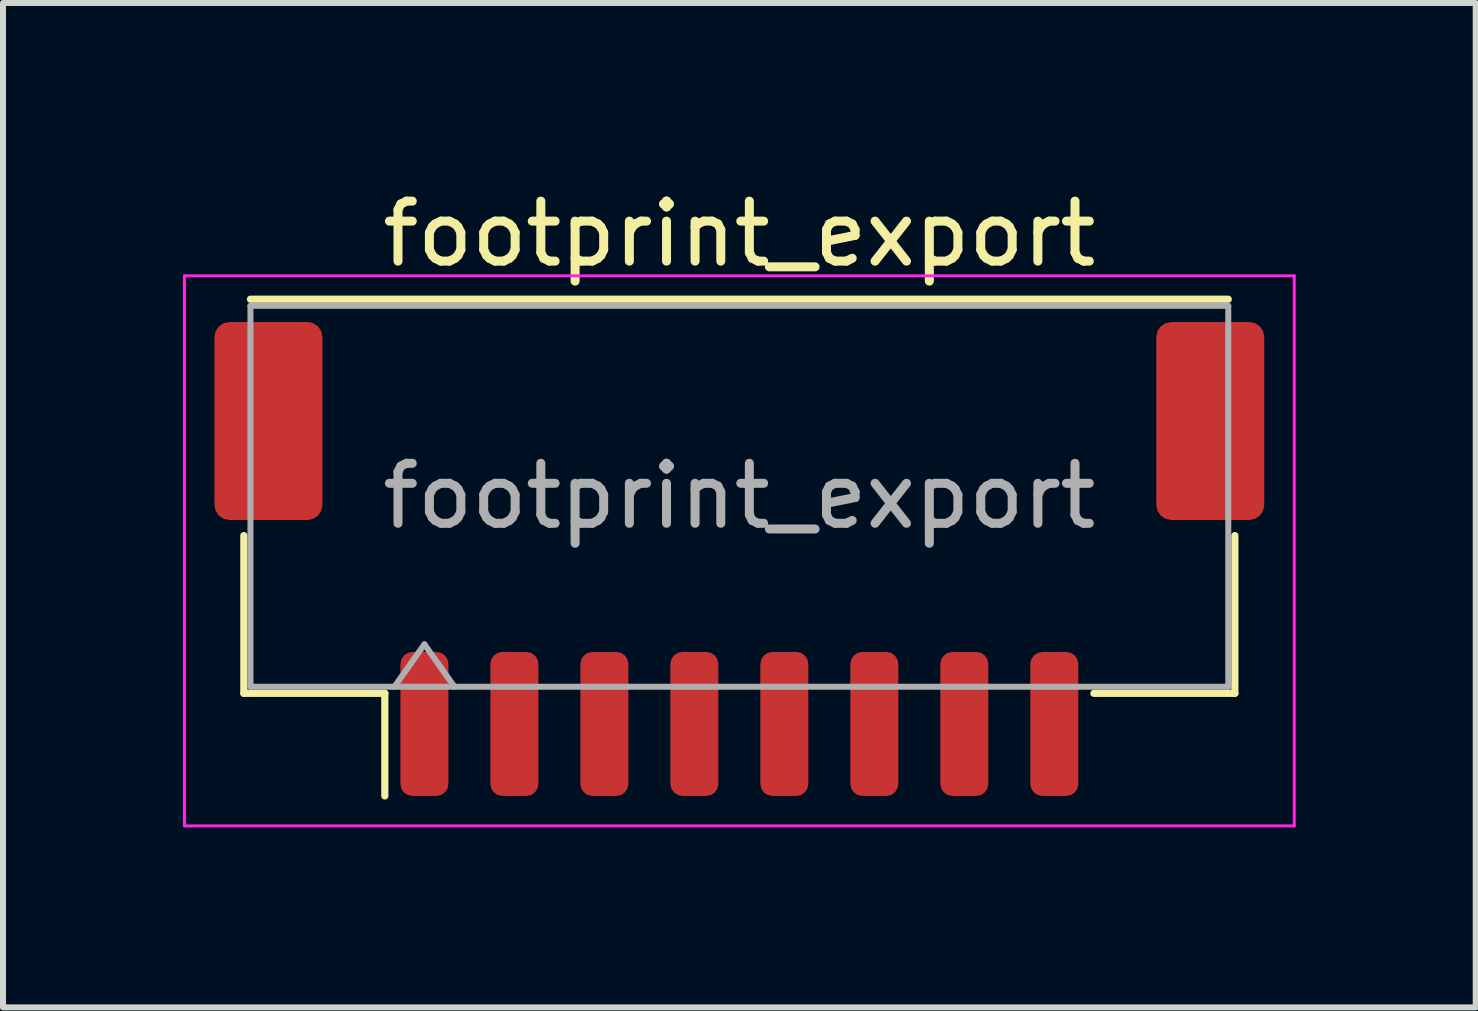
<source format=kicad_pcb>
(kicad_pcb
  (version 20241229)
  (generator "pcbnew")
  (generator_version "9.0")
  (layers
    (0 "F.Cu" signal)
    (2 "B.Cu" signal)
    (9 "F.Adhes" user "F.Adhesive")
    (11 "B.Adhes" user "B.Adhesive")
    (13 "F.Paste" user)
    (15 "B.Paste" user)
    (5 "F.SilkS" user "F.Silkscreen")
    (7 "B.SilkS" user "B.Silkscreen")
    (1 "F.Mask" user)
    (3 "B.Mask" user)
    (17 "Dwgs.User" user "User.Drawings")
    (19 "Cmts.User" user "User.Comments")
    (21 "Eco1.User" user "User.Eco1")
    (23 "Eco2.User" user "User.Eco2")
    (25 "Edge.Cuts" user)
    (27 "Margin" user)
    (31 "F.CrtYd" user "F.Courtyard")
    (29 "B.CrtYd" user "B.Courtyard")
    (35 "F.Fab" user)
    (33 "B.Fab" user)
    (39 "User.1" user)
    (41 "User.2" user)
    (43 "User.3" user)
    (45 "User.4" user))
  (footprint "footprint_export"
    (layer "F.Cu")
    (at 9.275 6.268)
    (property "Reference" "footprint_export" (at 0 -5.42 0) (layer "F.SilkS") (effects (font (size 1 1) (thickness 0.15))))
    (attr smd)
    (fp_line (start -8.26 -0.39) (end -8.26 2.24) (stroke (width 0.12) (type solid)) (layer "F.SilkS"))
    (fp_line (start -8.26 2.24) (end -5.91 2.24) (stroke (width 0.12) (type solid)) (layer "F.SilkS"))
    (fp_line (start -8.15 -4.33) (end 8.15 -4.33) (stroke (width 0.12) (type solid)) (layer "F.SilkS"))
    (fp_line (start -5.91 2.24) (end -5.91 3.95) (stroke (width 0.12) (type solid)) (layer "F.SilkS"))
    (fp_line (start 8.26 -0.39) (end 8.26 2.24) (stroke (width 0.12) (type solid)) (layer "F.SilkS"))
    (fp_line (start 8.26 2.24) (end 5.91 2.24) (stroke (width 0.12) (type solid)) (layer "F.SilkS"))
    (fp_line (start -9.25 -4.72) (end -9.25 4.45) (stroke (width 0.05) (type solid)) (layer "F.CrtYd"))
    (fp_line (start -9.25 4.45) (end 9.25 4.45) (stroke (width 0.05) (type solid)) (layer "F.CrtYd"))
    (fp_line (start 9.25 -4.72) (end -9.25 -4.72) (stroke (width 0.05) (type solid)) (layer "F.CrtYd"))
    (fp_line (start 9.25 4.45) (end 9.25 -4.72) (stroke (width 0.05) (type solid)) (layer "F.CrtYd"))
    (fp_line (start -8.15 -4.22) (end 8.15 -4.22) (stroke (width 0.1) (type solid)) (layer "F.Fab"))
    (fp_line (start -8.15 2.13) (end -8.15 -4.22) (stroke (width 0.1) (type solid)) (layer "F.Fab"))
    (fp_line (start -8.15 2.13) (end 8.15 2.13) (stroke (width 0.1) (type solid)) (layer "F.Fab"))
    (fp_line (start -5.75 2.13) (end -5.25 1.423) (stroke (width 0.1) (type solid)) (layer "F.Fab"))
    (fp_line (start -5.25 1.423) (end -4.75 2.13) (stroke (width 0.1) (type solid)) (layer "F.Fab"))
    (fp_line (start 8.15 2.13) (end 8.15 -4.22) (stroke (width 0.1) (type solid)) (layer "F.Fab"))
    (fp_text user "${REFERENCE}" (at 0 -1.05 0) (layer "F.Fab") (effects (font (size 1 1) (thickness 0.15))))
    (pad "1" smd roundrect (at -5.25 2.75) (size 0.8 2.4) (layers "F.Cu" "F.Mask" "F.Paste") (roundrect_rratio 0.25))
    (pad "2" smd roundrect (at -3.75 2.75) (size 0.8 2.4) (layers "F.Cu" "F.Mask" "F.Paste") (roundrect_rratio 0.25))
    (pad "3" smd roundrect (at -2.25 2.75) (size 0.8 2.4) (layers "F.Cu" "F.Mask" "F.Paste") (roundrect_rratio 0.25))
    (pad "4" smd roundrect (at -0.75 2.75) (size 0.8 2.4) (layers "F.Cu" "F.Mask" "F.Paste") (roundrect_rratio 0.25))
    (pad "5" smd roundrect (at 0.75 2.75) (size 0.8 2.4) (layers "F.Cu" "F.Mask" "F.Paste") (roundrect_rratio 0.25))
    (pad "6" smd roundrect (at 2.25 2.75) (size 0.8 2.4) (layers "F.Cu" "F.Mask" "F.Paste") (roundrect_rratio 0.25))
    (pad "7" smd roundrect (at 3.75 2.75) (size 0.8 2.4) (layers "F.Cu" "F.Mask" "F.Paste") (roundrect_rratio 0.25))
    (pad "8" smd roundrect (at 5.25 2.75) (size 0.8 2.4) (layers "F.Cu" "F.Mask" "F.Paste") (roundrect_rratio 0.25))
    (pad "MP" smd roundrect (at -7.85 -2.3) (size 1.8 3.3) (layers "F.Cu" "F.Mask" "F.Paste") (roundrect_rratio 0.139))
    (pad "MP" smd roundrect (at 7.85 -2.3) (size 1.8 3.3) (layers "F.Cu" "F.Mask" "F.Paste") (roundrect_rratio 0.139)))
  (gr_rect
    (start -3 -3)
    (end 21.55 13.743)
    (stroke (width 0.1) (type default))
    (fill no)
    (layer "Edge.Cuts")))
</source>
